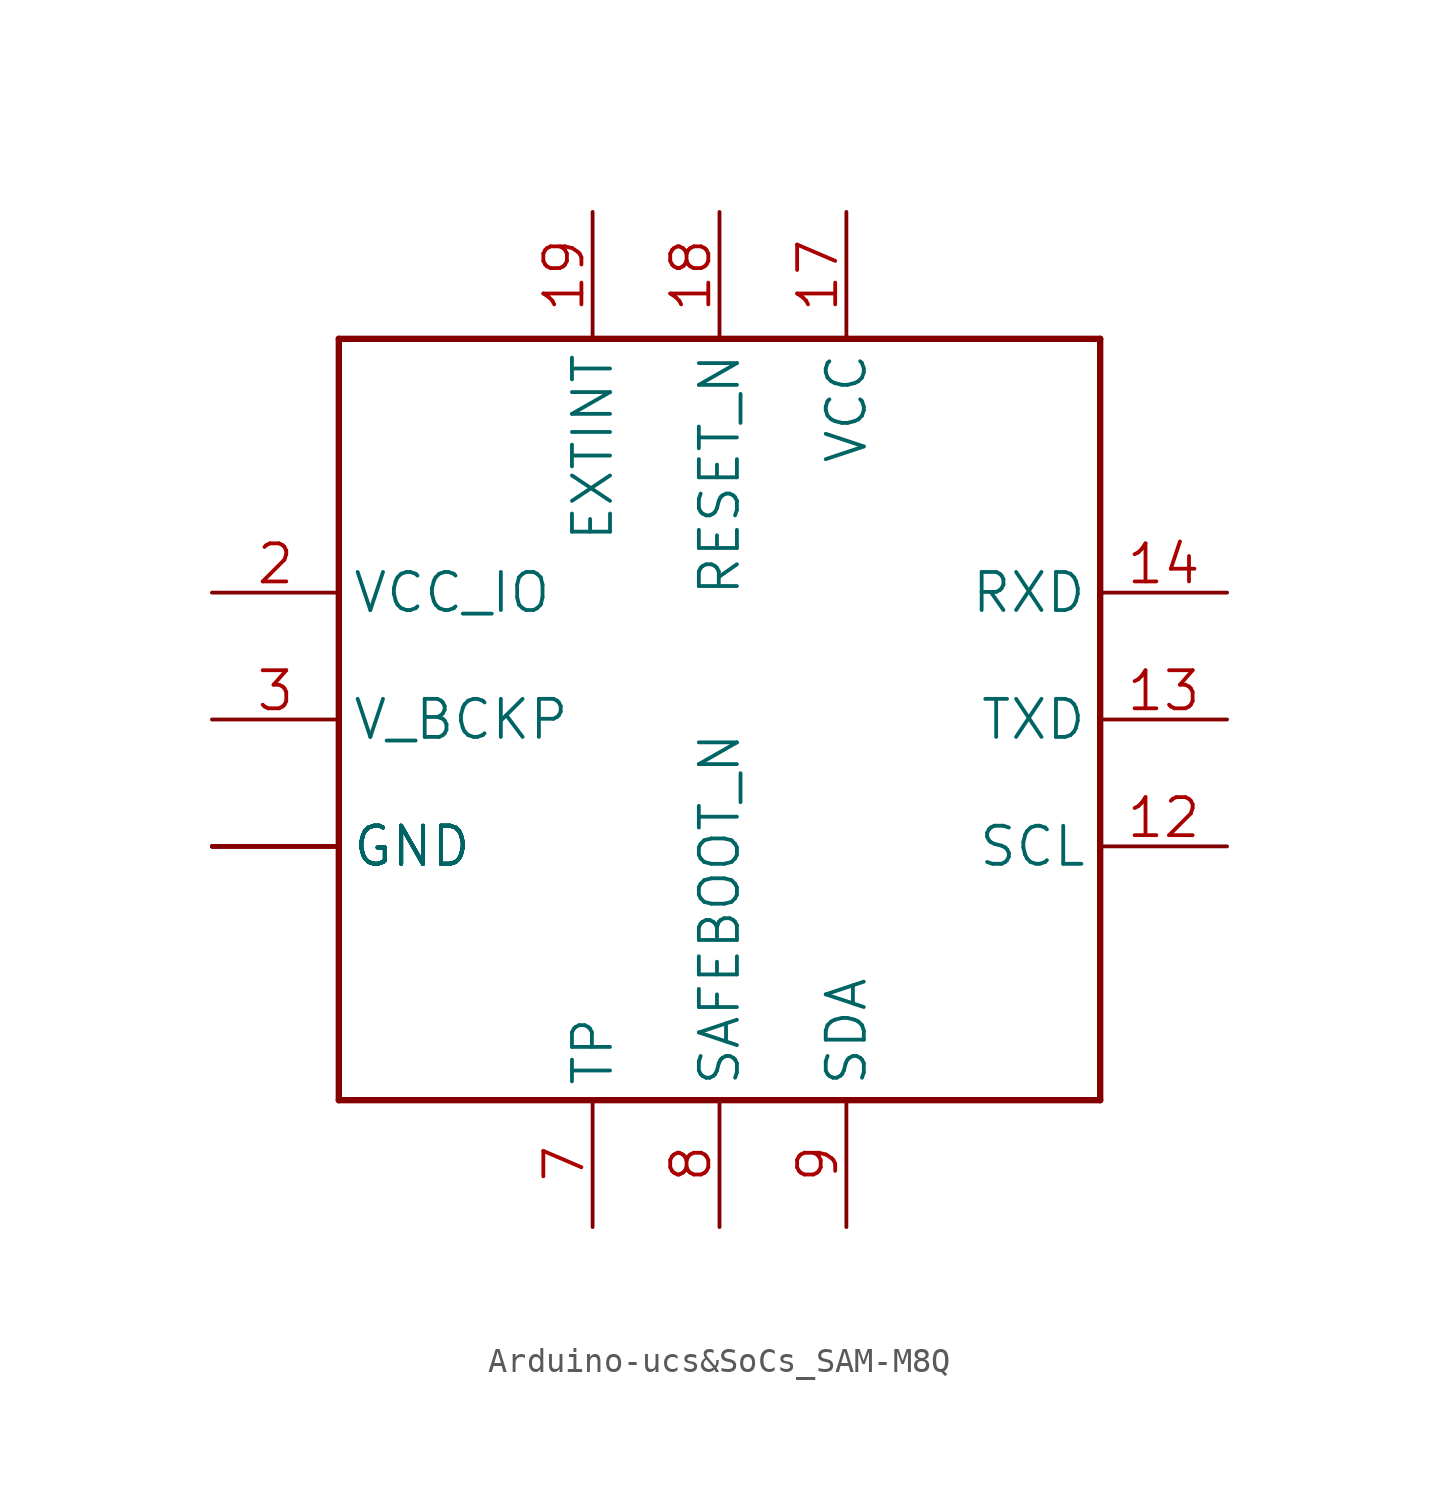
<source format=kicad_sym>
(kicad_symbol_lib
  (version 20241209)
  (generator "kicad_symbol_editor")
  (generator_version "9.0")
  (symbol "Arduino-ucs&SoCs_SAM-M8Q"
    (property "Reference" "IC"
      (at 0 0 0)
      (effects (font (size 1.27 1.27)) (hide yes)))
    (property "ki_locked" ""
      (at 0 0 0)
      (effects (font (size 1.27 1.27))))
    (symbol "Arduino-ucs&SoCs_SAM-M8Q_1_0"
      (polyline (pts (xy 0 30.48) (xy 0 0)) (stroke (width 0.254) (type solid)) (fill (type none)))
      (polyline (pts (xy 0 0) (xy 30.48 0)) (stroke (width 0.254) (type solid)) (fill (type none)))
      (polyline (pts (xy 30.48 30.48) (xy 0 30.48)) (stroke (width 0.254) (type solid)) (fill (type none)))
      (polyline (pts (xy 30.48 0) (xy 30.48 30.48)) (stroke (width 0.254) (type solid)) (fill (type none)))
      (pin bidirectional line (at -5.08 20.32 0) (length 5.08) (name "VCC_IO" (effects (font (size 1.524 1.524)))) (number "2" (effects (font (size 1.524 1.524)))))
      (pin bidirectional line (at -5.08 15.24 0) (length 5.08) (name "V_BCKP" (effects (font (size 1.524 1.524)))) (number "3" (effects (font (size 1.524 1.524)))))
      (pin bidirectional line (at -5.08 10.16 0) (length 5.08) (name "GND" (effects (font (size 1.524 1.524)))) (number "1" (effects (font (size 0 0)))))
      (pin bidirectional line (at -5.08 10.16 0) (length 5.08) (name "GND" (effects (font (size 1.524 1.524)))) (number "10" (effects (font (size 0 0)))))
      (pin bidirectional line (at -5.08 10.16 0) (length 5.08) (name "GND" (effects (font (size 1.524 1.524)))) (number "11" (effects (font (size 0 0)))))
      (pin bidirectional line (at -5.08 10.16 0) (length 5.08) (name "GND" (effects (font (size 1.524 1.524)))) (number "15" (effects (font (size 0 0)))))
      (pin bidirectional line (at -5.08 10.16 0) (length 5.08) (name "GND" (effects (font (size 1.524 1.524)))) (number "16" (effects (font (size 0 0)))))
      (pin bidirectional line (at -5.08 10.16 0) (length 5.08) (name "GND" (effects (font (size 1.524 1.524)))) (number "20" (effects (font (size 0 0)))))
      (pin bidirectional line (at -5.08 10.16 0) (length 5.08) (name "GND" (effects (font (size 1.524 1.524)))) (number "4" (effects (font (size 0 0)))))
      (pin bidirectional line (at -5.08 10.16 0) (length 5.08) (name "GND" (effects (font (size 1.524 1.524)))) (number "5" (effects (font (size 0 0)))))
      (pin bidirectional line (at -5.08 10.16 0) (length 5.08) (name "GND" (effects (font (size 1.524 1.524)))) (number "6" (effects (font (size 0 0)))))
      (pin bidirectional line (at 10.16 35.56 270) (length 5.08) (name "EXTINT" (effects (font (size 1.524 1.524)))) (number "19" (effects (font (size 1.524 1.524)))))
      (pin bidirectional line (at 10.16 -5.08 90) (length 5.08) (name "TP" (effects (font (size 1.524 1.524)))) (number "7" (effects (font (size 1.524 1.524)))))
      (pin bidirectional line (at 15.24 35.56 270) (length 5.08) (name "RESET_N" (effects (font (size 1.524 1.524)))) (number "18" (effects (font (size 1.524 1.524)))))
      (pin bidirectional line (at 15.24 -5.08 90) (length 5.08) (name "SAFEBOOT_N" (effects (font (size 1.524 1.524)))) (number "8" (effects (font (size 1.524 1.524)))))
      (pin bidirectional line (at 20.32 35.56 270) (length 5.08) (name "VCC" (effects (font (size 1.524 1.524)))) (number "17" (effects (font (size 1.524 1.524)))))
      (pin bidirectional line (at 20.32 -5.08 90) (length 5.08) (name "SDA" (effects (font (size 1.524 1.524)))) (number "9" (effects (font (size 1.524 1.524)))))
      (pin bidirectional line (at 35.56 20.32 180) (length 5.08) (name "RXD" (effects (font (size 1.524 1.524)))) (number "14" (effects (font (size 1.524 1.524)))))
      (pin bidirectional line (at 35.56 15.24 180) (length 5.08) (name "TXD" (effects (font (size 1.524 1.524)))) (number "13" (effects (font (size 1.524 1.524)))))
      (pin bidirectional line (at 35.56 10.16 180) (length 5.08) (name "SCL" (effects (font (size 1.524 1.524)))) (number "12" (effects (font (size 1.524 1.524))))))))
</source>
